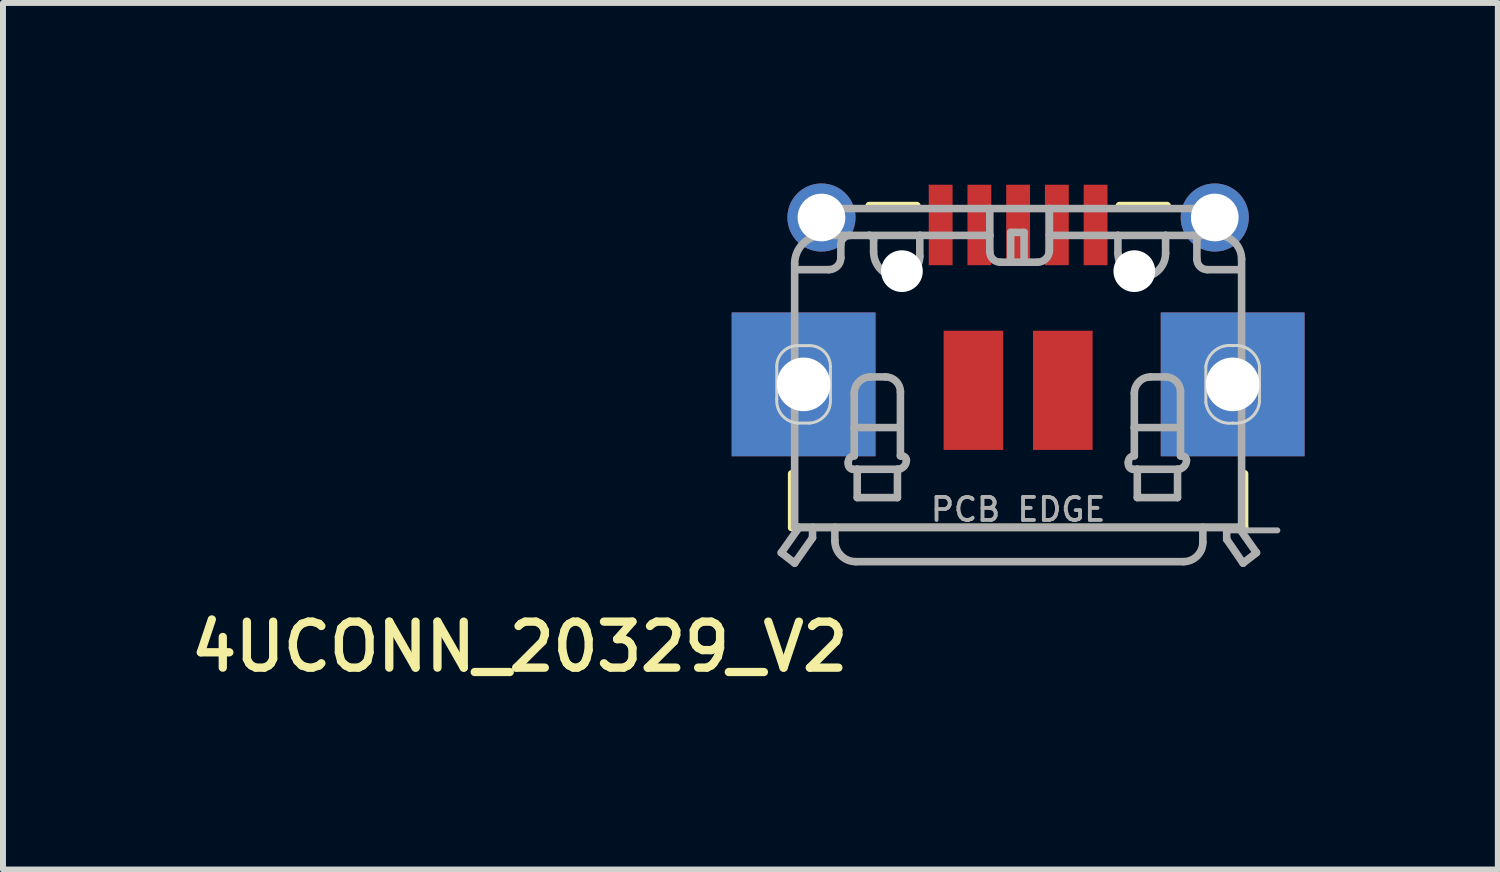
<source format=kicad_pcb>
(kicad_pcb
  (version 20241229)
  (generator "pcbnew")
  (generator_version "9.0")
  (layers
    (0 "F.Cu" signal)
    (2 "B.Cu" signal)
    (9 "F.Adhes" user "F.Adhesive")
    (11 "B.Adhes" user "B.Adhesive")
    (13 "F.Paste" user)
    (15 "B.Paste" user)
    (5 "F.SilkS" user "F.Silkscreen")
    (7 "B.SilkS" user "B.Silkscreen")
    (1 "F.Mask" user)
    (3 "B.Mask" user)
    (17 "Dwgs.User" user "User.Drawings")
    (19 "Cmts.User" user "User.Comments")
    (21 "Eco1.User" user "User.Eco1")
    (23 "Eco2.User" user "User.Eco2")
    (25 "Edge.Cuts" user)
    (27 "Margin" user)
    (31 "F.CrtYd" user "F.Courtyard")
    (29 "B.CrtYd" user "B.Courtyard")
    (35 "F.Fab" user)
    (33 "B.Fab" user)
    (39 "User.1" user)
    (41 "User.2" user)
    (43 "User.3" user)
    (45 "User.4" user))
  (footprint "4UCONN_20329_V2"
    (layer "F.Cu")
    (at 14.035 1.5)
    (property "Reference" "4UCONN_20329_V2" (at -2.778 5.852 180) (layer "F.SilkS") (effects (font (size 0.772 0.772) (thickness 0.139)) (justify right top)))
    (attr through_hole)
    (fp_poly (pts (xy -1.55 -0.05) (xy -1.05 -0.05) (xy -1.05 -1.5) (xy -1.55 -1.5)) (stroke (width 0) (type solid)) (fill yes) (layer "F.Mask"))
    (fp_poly (pts (xy -0.9 -0.05) (xy -0.4 -0.05) (xy -0.4 -1.5) (xy -0.9 -1.5)) (stroke (width 0) (type solid)) (fill yes) (layer "F.Mask"))
    (fp_poly (pts (xy -0.25 -0.05) (xy 0.25 -0.05) (xy 0.25 -1.5) (xy -0.25 -1.5)) (stroke (width 0) (type solid)) (fill yes) (layer "F.Mask"))
    (fp_poly (pts (xy 0.4 -0.05) (xy 0.9 -0.05) (xy 0.9 -1.5) (xy 0.4 -1.5)) (stroke (width 0) (type solid)) (fill yes) (layer "F.Mask"))
    (fp_poly (pts (xy 1.05 -0.05) (xy 1.55 -0.05) (xy 1.55 -1.5) (xy 1.05 -1.5)) (stroke (width 0) (type solid)) (fill yes) (layer "F.Mask"))
    (fp_line (start -3.8 3.4) (end -3.8 4.3) (stroke (width 0.127) (type solid)) (layer "F.SilkS"))
    (fp_line (start -3.8 4.3) (end 3.8 4.3) (stroke (width 0.127) (type solid)) (layer "F.SilkS"))
    (fp_line (start -2.5 -1.1) (end -1.7 -1.1) (stroke (width 0.127) (type solid)) (layer "F.SilkS"))
    (fp_line (start 1.7 -1.1) (end 2.5 -1.1) (stroke (width 0.127) (type solid)) (layer "F.SilkS"))
    (fp_line (start 3.8 4.3) (end 3.8 3.4) (stroke (width 0.127) (type solid)) (layer "F.SilkS"))
    (fp_poly (pts (xy -4.85 3.15) (xy -2.35 3.15) (xy -2.35 0.65) (xy -4.85 0.65)) (stroke (width 0) (type solid)) (fill yes) (layer "F.Paste"))
    (fp_poly (pts (xy -1.45 -0.15) (xy -1.15 -0.15) (xy -1.15 -1.4) (xy -1.45 -1.4)) (stroke (width 0) (type solid)) (fill yes) (layer "F.Paste"))
    (fp_poly (pts (xy -0.8 -0.15) (xy -0.5 -0.15) (xy -0.5 -1.4) (xy -0.8 -1.4)) (stroke (width 0) (type solid)) (fill yes) (layer "F.Paste"))
    (fp_poly (pts (xy -0.15 -0.15) (xy 0.15 -0.15) (xy 0.15 -1.4) (xy -0.15 -1.4)) (stroke (width 0) (type solid)) (fill yes) (layer "F.Paste"))
    (fp_poly (pts (xy 0.5 -0.15) (xy 0.8 -0.15) (xy 0.8 -1.4) (xy 0.5 -1.4)) (stroke (width 0) (type solid)) (fill yes) (layer "F.Paste"))
    (fp_poly (pts (xy 1.15 -0.15) (xy 1.45 -0.15) (xy 1.45 -1.4) (xy 1.15 -1.4)) (stroke (width 0) (type solid)) (fill yes) (layer "F.Paste"))
    (fp_poly (pts (xy 2.35 3.15) (xy 4.85 3.15) (xy 4.85 0.65) (xy 2.35 0.65)) (stroke (width 0) (type solid)) (fill yes) (layer "F.Paste"))
    (fp_poly (pts (xy -5.05 -0.9) (xy -5.014 -0.724) (xy -4.925 -0.567) (xy -4.793 -0.445) (xy -4.45 -0.35) (xy -3.35 -0.35) (xy -3.171 -0.37) (xy -3.007 -0.445) (xy -2.875 -0.567) (xy -2.786 -0.724) (xy -2.75 -0.9) (xy -2.786 -1.076) (xy -2.875 -1.233) (xy -3.007 -1.355) (xy -3.35 -1.45) (xy -4.45 -1.45) (xy -4.629 -1.43) (xy -4.793 -1.355) (xy -4.925 -1.233)) (stroke (width 0) (type solid)) (fill yes) (layer "F.Paste"))
    (fp_poly (pts (xy 2.75 -0.9) (xy 2.786 -0.724) (xy 2.875 -0.567) (xy 3.007 -0.445) (xy 3.35 -0.35) (xy 4.45 -0.35) (xy 4.629 -0.37) (xy 4.793 -0.445) (xy 4.925 -0.567) (xy 5.014 -0.724) (xy 5.05 -0.9) (xy 5.014 -1.076) (xy 4.925 -1.233) (xy 4.793 -1.355) (xy 4.45 -1.45) (xy 3.35 -1.45) (xy 3.171 -1.43) (xy 3.007 -1.355) (xy 2.875 -1.233)) (stroke (width 0) (type solid)) (fill yes) (layer "F.Paste"))
    (fp_line (start -4.05 2.15) (end -4.05 1.6) (stroke (width 0.05) (type solid)) (layer "Edge.Cuts"))
    (fp_line (start -3.7 1.25) (end -3.5 1.25) (stroke (width 0.05) (type solid)) (layer "Edge.Cuts"))
    (fp_line (start -3.5 2.55) (end -3.7 2.55) (stroke (width 0.05) (type solid)) (layer "Edge.Cuts"))
    (fp_line (start -3.15 1.6) (end -3.15 2.15) (stroke (width 0.05) (type solid)) (layer "Edge.Cuts"))
    (fp_line (start 3.15 2.2) (end 3.15 1.6) (stroke (width 0.05) (type solid)) (layer "Edge.Cuts"))
    (fp_line (start 4.05 1.6) (end 4.05 2.2) (stroke (width 0.05) (type solid)) (layer "Edge.Cuts"))
    (fp_arc (start -4.05 1.6) (mid -3.947487 1.352513) (end -3.7 1.25) (stroke (width 0.05) (type solid)) (layer "Edge.Cuts"))
    (fp_arc (start -3.7 2.55) (mid -3.957843 2.422487) (end -4.05 2.15) (stroke (width 0.05) (type solid)) (layer "Edge.Cuts"))
    (fp_arc (start -3.5 1.25) (mid -3.252513 1.352513) (end -3.15 1.6) (stroke (width 0.05) (type solid)) (layer "Edge.Cuts"))
    (fp_arc (start -3.15 2.15) (mid -3.242157 2.422487) (end -3.5 2.55) (stroke (width 0.05) (type solid)) (layer "Edge.Cuts"))
    (fp_arc (start 3.15 1.6) (mid 3.302513 1.331802) (end 3.6 1.25) (stroke (width 0.05) (type solid)) (layer "Edge.Cuts"))
    (fp_arc (start 3.6 1.25) (mid 3.897487 1.331802) (end 4.05 1.6) (stroke (width 0.05) (type solid)) (layer "Edge.Cuts"))
    (fp_arc (start 3.6 2.55) (mid 3.302513 2.468198) (end 3.15 2.2) (stroke (width 0.05) (type solid)) (layer "Edge.Cuts"))
    (fp_arc (start 4.05 2.2) (mid 3.897487 2.468198) (end 3.6 2.55) (stroke (width 0.05) (type solid)) (layer "Edge.Cuts"))
    (fp_line (start -3.975 4.725) (end -3.75 4.9) (stroke (width 0.127) (type solid)) (layer "F.Fab"))
    (fp_line (start -3.975 4.725) (end -3.675 4.3) (stroke (width 0.127) (type solid)) (layer "F.Fab"))
    (fp_line (start -3.75 -0.125) (end -3.75 4.3) (stroke (width 0.127) (type solid)) (layer "F.Fab"))
    (fp_line (start -3.75 4.3) (end -3.675 4.3) (stroke (width 0.127) (type solid)) (layer "F.Fab"))
    (fp_line (start -3.75 4.9) (end -3.45 4.475) (stroke (width 0.127) (type solid)) (layer "F.Fab"))
    (fp_line (start -3.725 -0.025) (end -3.175 -0.025) (stroke (width 0.127) (type solid)) (layer "F.Fab"))
    (fp_line (start -3.675 4.3) (end -3.45 4.3) (stroke (width 0.127) (type solid)) (layer "F.Fab"))
    (fp_line (start -3.575 -1.05) (end -0.475 -1.05) (stroke (width 0.127) (type solid)) (layer "F.Fab"))
    (fp_line (start -3.575 -0.75) (end -3.575 -1.05) (stroke (width 0.127) (type solid)) (layer "F.Fab"))
    (fp_line (start -3.45 4.3) (end -3.075 4.3) (stroke (width 0.127) (type solid)) (layer "F.Fab"))
    (fp_line (start -3.45 4.475) (end -3.45 4.3) (stroke (width 0.127) (type solid)) (layer "F.Fab"))
    (fp_line (start -3.425 -0.75) (end -3.575 -0.75) (stroke (width 0.127) (type solid)) (layer "F.Fab"))
    (fp_line (start -3.425 -0.625) (end -3.425 -0.75) (stroke (width 0.127) (type solid)) (layer "F.Fab"))
    (fp_line (start -3.075 4.3) (end -3.075 4.525) (stroke (width 0.127) (type solid)) (layer "F.Fab"))
    (fp_line (start -3.075 4.3) (end 3.1 4.3) (stroke (width 0.127) (type solid)) (layer "F.Fab"))
    (fp_line (start -2.975 -0.225) (end -2.975 -0.45) (stroke (width 0.127) (type solid)) (layer "F.Fab"))
    (fp_line (start -2.85 3.225) (end -2.85 3.2) (stroke (width 0.127) (type solid)) (layer "F.Fab"))
    (fp_line (start -2.825 -0.6) (end -3.275 -0.6) (stroke (width 0.127) (type solid)) (layer "F.Fab"))
    (fp_line (start -2.825 -0.6) (end -2.5 -0.6) (stroke (width 0.127) (type solid)) (layer "F.Fab"))
    (fp_line (start -2.75 2.625) (end -2.75 2.05) (stroke (width 0.127) (type solid)) (layer "F.Fab"))
    (fp_line (start -2.75 2.625) (end -2 2.625) (stroke (width 0.127) (type solid)) (layer "F.Fab"))
    (fp_line (start -2.75 3.1) (end -2.75 2.625) (stroke (width 0.127) (type solid)) (layer "F.Fab"))
    (fp_line (start -2.725 4.875) (end 2.775 4.875) (stroke (width 0.127) (type solid)) (layer "F.Fab"))
    (fp_line (start -2.7 3.325) (end -2.775 3.325) (stroke (width 0.127) (type solid)) (layer "F.Fab"))
    (fp_line (start -2.7 3.325) (end -2 3.325) (stroke (width 0.127) (type solid)) (layer "F.Fab"))
    (fp_line (start -2.7 3.8) (end -2.7 3.325) (stroke (width 0.127) (type solid)) (layer "F.Fab"))
    (fp_line (start -2.475 1.775) (end -2.225 1.775) (stroke (width 0.127) (type solid)) (layer "F.Fab"))
    (fp_line (start -2.425 -0.525) (end -2.425 -0.325) (stroke (width 0.127) (type solid)) (layer "F.Fab"))
    (fp_line (start -2.025 3.325) (end -2.025 3.8) (stroke (width 0.127) (type solid)) (layer "F.Fab"))
    (fp_line (start -2.025 3.8) (end -2.7 3.8) (stroke (width 0.127) (type solid)) (layer "F.Fab"))
    (fp_line (start -1.975 2.025) (end -1.975 3.1) (stroke (width 0.127) (type solid)) (layer "F.Fab"))
    (fp_line (start -1.975 3.1) (end -1.95 3.1) (stroke (width 0.127) (type solid)) (layer "F.Fab"))
    (fp_line (start -1.65 -0.6) (end -2.5 -0.6) (stroke (width 0.127) (type solid)) (layer "F.Fab"))
    (fp_line (start -1.65 -0.25) (end -1.65 -0.6) (stroke (width 0.127) (type solid)) (layer "F.Fab"))
    (fp_line (start -0.475 -1.05) (end 0.525 -1.05) (stroke (width 0.127) (type solid)) (layer "F.Fab"))
    (fp_line (start -0.475 -0.6) (end -1.65 -0.6) (stroke (width 0.127) (type solid)) (layer "F.Fab"))
    (fp_line (start -0.475 -0.6) (end -0.475 -1.05) (stroke (width 0.127) (type solid)) (layer "F.Fab"))
    (fp_line (start -0.475 -0.325) (end -0.475 -0.6) (stroke (width 0.127) (type solid)) (layer "F.Fab"))
    (fp_line (start -0.125 -0.65) (end 0.1 -0.65) (stroke (width 0.127) (type solid)) (layer "F.Fab"))
    (fp_line (start -0.125 -0.175) (end -0.125 -0.65) (stroke (width 0.127) (type solid)) (layer "F.Fab"))
    (fp_line (start 0.1 -0.65) (end 0.1 -0.175) (stroke (width 0.127) (type solid)) (layer "F.Fab"))
    (fp_line (start 0.325 -0.15) (end -0.3 -0.15) (stroke (width 0.127) (type solid)) (layer "F.Fab"))
    (fp_line (start 0.525 -1.05) (end 0.525 -0.6) (stroke (width 0.127) (type solid)) (layer "F.Fab"))
    (fp_line (start 0.525 -1.05) (end 3.6 -1.05) (stroke (width 0.127) (type solid)) (layer "F.Fab"))
    (fp_line (start 0.525 -0.6) (end 0.525 -0.35) (stroke (width 0.127) (type solid)) (layer "F.Fab"))
    (fp_line (start 1.675 -0.6) (end 0.525 -0.6) (stroke (width 0.127) (type solid)) (layer "F.Fab"))
    (fp_line (start 1.675 -0.6) (end 1.675 -0.3) (stroke (width 0.127) (type solid)) (layer "F.Fab"))
    (fp_line (start 1.85 3.225) (end 1.85 3.2) (stroke (width 0.127) (type solid)) (layer "F.Fab"))
    (fp_line (start 1.95 2.625) (end 1.95 2.05) (stroke (width 0.127) (type solid)) (layer "F.Fab"))
    (fp_line (start 1.95 2.625) (end 2.7 2.625) (stroke (width 0.127) (type solid)) (layer "F.Fab"))
    (fp_line (start 1.95 3.1) (end 1.95 2.625) (stroke (width 0.127) (type solid)) (layer "F.Fab"))
    (fp_line (start 2 3.325) (end 1.925 3.325) (stroke (width 0.127) (type solid)) (layer "F.Fab"))
    (fp_line (start 2 3.325) (end 2.7 3.325) (stroke (width 0.127) (type solid)) (layer "F.Fab"))
    (fp_line (start 2 3.8) (end 2 3.325) (stroke (width 0.127) (type solid)) (layer "F.Fab"))
    (fp_line (start 2.225 1.775) (end 2.475 1.775) (stroke (width 0.127) (type solid)) (layer "F.Fab"))
    (fp_line (start 2.475 -0.6) (end 1.675 -0.6) (stroke (width 0.127) (type solid)) (layer "F.Fab"))
    (fp_line (start 2.475 -0.6) (end 2.925 -0.6) (stroke (width 0.127) (type solid)) (layer "F.Fab"))
    (fp_line (start 2.475 -0.3) (end 2.475 -0.6) (stroke (width 0.127) (type solid)) (layer "F.Fab"))
    (fp_line (start 2.675 3.325) (end 2.675 3.8) (stroke (width 0.127) (type solid)) (layer "F.Fab"))
    (fp_line (start 2.675 3.8) (end 2 3.8) (stroke (width 0.127) (type solid)) (layer "F.Fab"))
    (fp_line (start 2.725 2.025) (end 2.725 3.1) (stroke (width 0.127) (type solid)) (layer "F.Fab"))
    (fp_line (start 2.725 3.1) (end 2.75 3.1) (stroke (width 0.127) (type solid)) (layer "F.Fab"))
    (fp_line (start 3 -0.525) (end 3 -0.2) (stroke (width 0.127) (type solid)) (layer "F.Fab"))
    (fp_line (start 3.1 4.3) (end 3.7 4.3) (stroke (width 0.127) (type solid)) (layer "F.Fab"))
    (fp_line (start 3.1 4.55) (end 3.1 4.3) (stroke (width 0.127) (type solid)) (layer "F.Fab"))
    (fp_line (start 3.175 -0.025) (end 3.725 -0.025) (stroke (width 0.127) (type solid)) (layer "F.Fab"))
    (fp_line (start 3.35 -0.775) (end 3.35 -0.6) (stroke (width 0.127) (type solid)) (layer "F.Fab"))
    (fp_line (start 3.35 -0.6) (end 2.925 -0.6) (stroke (width 0.127) (type solid)) (layer "F.Fab"))
    (fp_line (start 3.5 4.35) (end 4.35 4.35) (stroke (width 0.1) (type solid)) (layer "F.Fab"))
    (fp_line (start 3.5 4.5) (end 3.5 4.35) (stroke (width 0.127) (type solid)) (layer "F.Fab"))
    (fp_line (start 3.6 -1.05) (end 3.6 -0.775) (stroke (width 0.127) (type solid)) (layer "F.Fab"))
    (fp_line (start 3.6 -0.775) (end 3.35 -0.775) (stroke (width 0.127) (type solid)) (layer "F.Fab"))
    (fp_line (start 3.7 4.3) (end 3.75 4.3) (stroke (width 0.127) (type solid)) (layer "F.Fab"))
    (fp_line (start 3.7 4.3) (end 4 4.725) (stroke (width 0.127) (type solid)) (layer "F.Fab"))
    (fp_line (start 3.75 4.3) (end 3.75 -0.2) (stroke (width 0.127) (type solid)) (layer "F.Fab"))
    (fp_line (start 3.775 4.9) (end 3.5 4.5) (stroke (width 0.127) (type solid)) (layer "F.Fab"))
    (fp_line (start 4 4.725) (end 3.775 4.9) (stroke (width 0.127) (type solid)) (layer "F.Fab"))
    (fp_arc (start -3.750001 -0.124999) (mid -3.610876 -0.460875) (end -3.275 -0.6) (stroke (width 0.127) (type solid)) (layer "F.Fab"))
    (fp_arc (start -2.975 -0.45) (mid -2.931066 -0.556066) (end -2.825 -0.6) (stroke (width 0.127) (type solid)) (layer "F.Fab"))
    (fp_arc (start -2.975 -0.225) (mid -3.033579 -0.083579) (end -3.175 -0.025) (stroke (width 0.127) (type solid)) (layer "F.Fab"))
    (fp_arc (start -2.85 3.2) (mid -2.820711 3.129289) (end -2.75 3.1) (stroke (width 0.127) (type solid)) (layer "F.Fab"))
    (fp_arc (start -2.775 3.325) (mid -2.833211 3.290533) (end -2.85 3.225) (stroke (width 0.127) (type solid)) (layer "F.Fab"))
    (fp_arc (start -2.75 2.05) (mid -2.669454 1.855546) (end -2.475 1.775) (stroke (width 0.127) (type solid)) (layer "F.Fab"))
    (fp_arc (start -2.725 4.875) (mid -2.972487 4.772487) (end -3.075 4.525) (stroke (width 0.127) (type solid)) (layer "F.Fab"))
    (fp_arc (start -2.5 -0.6) (mid -2.446967 -0.578033) (end -2.425 -0.525) (stroke (width 0.127) (type solid)) (layer "F.Fab"))
    (fp_arc (start -2.225 1.775) (mid -2.048223 1.848223) (end -1.975 2.025) (stroke (width 0.127) (type solid)) (layer "F.Fab"))
    (fp_arc (start -2 0.1) (mid -2.30052 -0.02448) (end -2.425 -0.325) (stroke (width 0.127) (type solid)) (layer "F.Fab"))
    (fp_arc (start -1.95 3.1) (mid -1.896967 3.121967) (end -1.875 3.175) (stroke (width 0.127) (type solid)) (layer "F.Fab"))
    (fp_arc (start -1.875 3.175) (mid -1.918934 3.281066) (end -2.025 3.325) (stroke (width 0.127) (type solid)) (layer "F.Fab"))
    (fp_arc (start -1.65 -0.25) (mid -1.752513 -0.002513) (end -2 0.1) (stroke (width 0.127) (type solid)) (layer "F.Fab"))
    (fp_arc (start -0.3 -0.15) (mid -0.423744 -0.201256) (end -0.475 -0.325) (stroke (width 0.127) (type solid)) (layer "F.Fab"))
    (fp_arc (start 0.525 -0.35) (mid 0.466421 -0.208579) (end 0.325 -0.15) (stroke (width 0.127) (type solid)) (layer "F.Fab"))
    (fp_arc (start 1.85 3.2) (mid 1.879289 3.129289) (end 1.95 3.1) (stroke (width 0.127) (type solid)) (layer "F.Fab"))
    (fp_arc (start 1.925 3.325) (mid 1.866789 3.290533) (end 1.85 3.225) (stroke (width 0.127) (type solid)) (layer "F.Fab"))
    (fp_arc (start 1.95 2.05) (mid 2.030546 1.855546) (end 2.225 1.775) (stroke (width 0.127) (type solid)) (layer "F.Fab"))
    (fp_arc (start 2.075 0.1) (mid 1.792157 -0.017157) (end 1.675 -0.3) (stroke (width 0.127) (type solid)) (layer "F.Fab"))
    (fp_arc (start 2.475 -0.3) (mid 2.357843 -0.017157) (end 2.075 0.1) (stroke (width 0.127) (type solid)) (layer "F.Fab"))
    (fp_arc (start 2.475 1.775) (mid 2.651777 1.848223) (end 2.725 2.025) (stroke (width 0.127) (type solid)) (layer "F.Fab"))
    (fp_arc (start 2.75 3.1) (mid 2.803033 3.121967) (end 2.825 3.175) (stroke (width 0.127) (type solid)) (layer "F.Fab"))
    (fp_arc (start 2.825 3.175) (mid 2.781066 3.281066) (end 2.675 3.325) (stroke (width 0.127) (type solid)) (layer "F.Fab"))
    (fp_arc (start 2.925 -0.6) (mid 2.978033 -0.578033) (end 3 -0.525) (stroke (width 0.127) (type solid)) (layer "F.Fab"))
    (fp_arc (start 3.1 4.55) (mid 3.00481 4.77981) (end 2.775 4.875) (stroke (width 0.127) (type solid)) (layer "F.Fab"))
    (fp_arc (start 3.175 -0.025) (mid 3.051256 -0.076256) (end 3 -0.2) (stroke (width 0.127) (type solid)) (layer "F.Fab"))
    (fp_arc (start 3.349999 -0.599999) (mid 3.632842 -0.482842) (end 3.75 -0.2) (stroke (width 0.127) (type solid)) (layer "F.Fab"))
    (fp_text user "PCB EDGE" (at 0 4 0) (layer "F.Fab") (effects (font (size 0.386 0.386) (thickness 0.065))))
    (pad "" np_thru_hole circle (at -1.95 0) (size 0.7 0.7) (drill 0.7) (layers "*.Cu" "*.Mask"))
    (pad "" np_thru_hole circle (at 1.95 0) (size 0.7 0.7) (drill 0.7) (layers "*.Cu" "*.Mask"))
    (pad "BASE@1" smd rect (at -0.75 2 90) (size 2 1) (layers "F.Cu" "F.Mask" "F.Paste"))
    (pad "BASE@2" smd rect (at 0.75 2 90) (size 2 1) (layers "F.Cu" "F.Mask" "F.Paste"))
    (pad "D+" smd rect (at 0 -0.775) (size 0.4 1.35) (layers "F.Cu" "F.Mask"))
    (pad "D-" smd rect (at -0.65 -0.775) (size 0.4 1.35) (layers "F.Cu" "F.Mask"))
    (pad "GND" smd rect (at 1.3 -0.775) (size 0.4 1.35) (layers "F.Cu" "F.Mask"))
    (pad "ID" smd rect (at 0.65 -0.775) (size 0.4 1.35) (layers "F.Cu" "F.Mask"))
    (pad "SPRT@1" thru_hole circle (at -3.3 -0.9 180) (size 1.143 1.143) (drill 0.8) (layers "*.Cu" "*.Mask"))
    (pad "SPRT@2" thru_hole circle (at 3.3 -0.9) (size 1.143 1.143) (drill 0.8) (layers "*.Cu" "*.Mask"))
    (pad "SPRT@3" thru_hole rect (at -3.6 1.9 90) (size 2.413 2.413) (drill 0.9) (layers "*.Cu" "*.Mask"))
    (pad "SPRT@4" thru_hole rect (at 3.6 1.9 90) (size 2.413 2.413) (drill 0.9) (layers "*.Cu" "*.Mask"))
    (pad "VBUS" smd rect (at -1.3 -0.775) (size 0.4 1.35) (layers "F.Cu" "F.Mask")))
  (gr_rect
    (start -3 -3)
    (end 22.085 11.541)
    (stroke (width 0.1) (type default))
    (fill no)
    (layer "Edge.Cuts")))
</source>
